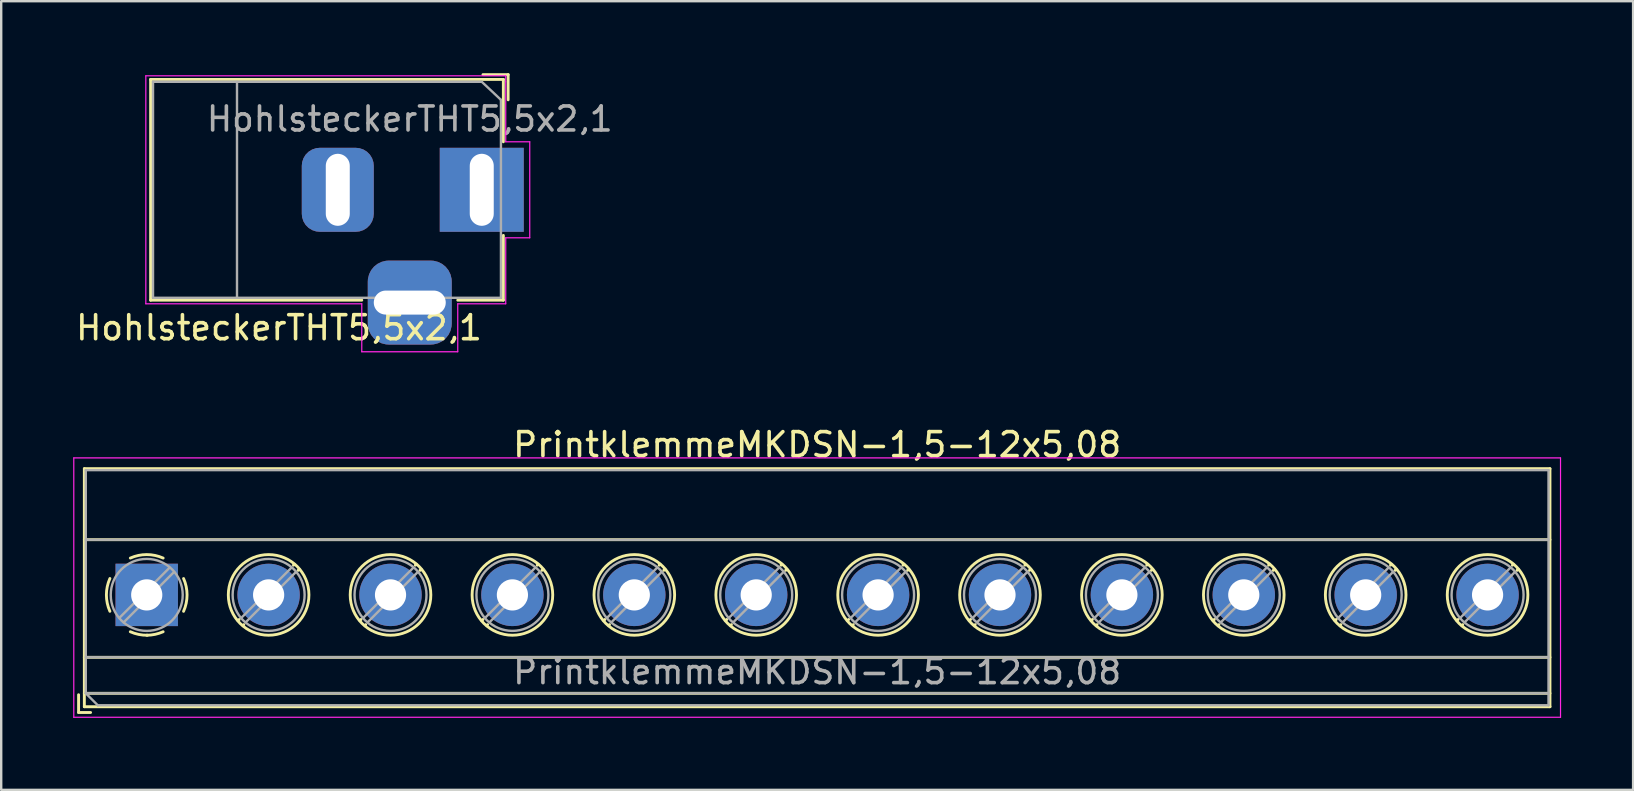
<source format=kicad_pcb>
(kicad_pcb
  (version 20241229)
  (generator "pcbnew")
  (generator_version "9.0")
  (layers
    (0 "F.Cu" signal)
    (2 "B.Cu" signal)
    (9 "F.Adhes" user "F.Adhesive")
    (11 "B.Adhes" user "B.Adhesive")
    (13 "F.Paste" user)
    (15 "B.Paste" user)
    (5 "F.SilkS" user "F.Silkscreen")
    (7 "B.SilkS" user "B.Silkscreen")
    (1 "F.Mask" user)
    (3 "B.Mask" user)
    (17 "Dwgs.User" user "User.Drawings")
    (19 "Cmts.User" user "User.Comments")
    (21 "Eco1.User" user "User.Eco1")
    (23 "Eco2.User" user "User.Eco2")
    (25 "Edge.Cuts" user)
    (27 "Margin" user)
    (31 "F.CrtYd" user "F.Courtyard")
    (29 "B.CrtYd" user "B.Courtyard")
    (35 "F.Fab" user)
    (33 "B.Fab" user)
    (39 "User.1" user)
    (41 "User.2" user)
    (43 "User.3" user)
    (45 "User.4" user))
  (footprint "PrintklemmeMKDSN-1,5-12x5,08"
    (layer "F.Cu")
    (at 3.065 21.743)
    (property "Reference" "PrintklemmeMKDSN-1,5-12x5,08" (at 27.94 -6.26 0) (layer "F.SilkS") (effects (font (size 1 1) (thickness 0.15))))
    (attr through_hole)
    (fp_line (start -2.84 4.16) (end -2.84 4.9) (stroke (width 0.12) (type solid)) (layer "F.SilkS"))
    (fp_line (start -2.84 4.9) (end -2.34 4.9) (stroke (width 0.12) (type solid)) (layer "F.SilkS"))
    (fp_line (start -2.6 -5.261) (end -2.6 4.66) (stroke (width 0.12) (type solid)) (layer "F.SilkS"))
    (fp_line (start -2.6 -5.261) (end 58.48 -5.261) (stroke (width 0.12) (type solid)) (layer "F.SilkS"))
    (fp_line (start -2.6 -2.301) (end 58.48 -2.301) (stroke (width 0.12) (type solid)) (layer "F.SilkS"))
    (fp_line (start -2.6 2.6) (end 58.48 2.6) (stroke (width 0.12) (type solid)) (layer "F.SilkS"))
    (fp_line (start -2.6 4.1) (end 58.48 4.1) (stroke (width 0.12) (type solid)) (layer "F.SilkS"))
    (fp_line (start -2.6 4.66) (end 58.48 4.66) (stroke (width 0.12) (type solid)) (layer "F.SilkS"))
    (fp_line (start 3.853 1.023) (end 3.806 1.069) (stroke (width 0.12) (type solid)) (layer "F.SilkS"))
    (fp_line (start 4.046 1.239) (end 4.011 1.274) (stroke (width 0.12) (type solid)) (layer "F.SilkS"))
    (fp_line (start 6.15 -1.275) (end 6.115 -1.239) (stroke (width 0.12) (type solid)) (layer "F.SilkS"))
    (fp_line (start 6.355 -1.069) (end 6.308 -1.023) (stroke (width 0.12) (type solid)) (layer "F.SilkS"))
    (fp_line (start 8.933 1.023) (end 8.886 1.069) (stroke (width 0.12) (type solid)) (layer "F.SilkS"))
    (fp_line (start 9.126 1.239) (end 9.091 1.274) (stroke (width 0.12) (type solid)) (layer "F.SilkS"))
    (fp_line (start 11.23 -1.275) (end 11.195 -1.239) (stroke (width 0.12) (type solid)) (layer "F.SilkS"))
    (fp_line (start 11.435 -1.069) (end 11.388 -1.023) (stroke (width 0.12) (type solid)) (layer "F.SilkS"))
    (fp_line (start 14.013 1.023) (end 13.966 1.069) (stroke (width 0.12) (type solid)) (layer "F.SilkS"))
    (fp_line (start 14.206 1.239) (end 14.171 1.274) (stroke (width 0.12) (type solid)) (layer "F.SilkS"))
    (fp_line (start 16.31 -1.275) (end 16.275 -1.239) (stroke (width 0.12) (type solid)) (layer "F.SilkS"))
    (fp_line (start 16.515 -1.069) (end 16.468 -1.023) (stroke (width 0.12) (type solid)) (layer "F.SilkS"))
    (fp_line (start 19.093 1.023) (end 19.046 1.069) (stroke (width 0.12) (type solid)) (layer "F.SilkS"))
    (fp_line (start 19.286 1.239) (end 19.251 1.274) (stroke (width 0.12) (type solid)) (layer "F.SilkS"))
    (fp_line (start 21.39 -1.275) (end 21.355 -1.239) (stroke (width 0.12) (type solid)) (layer "F.SilkS"))
    (fp_line (start 21.595 -1.069) (end 21.548 -1.023) (stroke (width 0.12) (type solid)) (layer "F.SilkS"))
    (fp_line (start 24.173 1.023) (end 24.126 1.069) (stroke (width 0.12) (type solid)) (layer "F.SilkS"))
    (fp_line (start 24.366 1.239) (end 24.331 1.274) (stroke (width 0.12) (type solid)) (layer "F.SilkS"))
    (fp_line (start 26.47 -1.275) (end 26.435 -1.239) (stroke (width 0.12) (type solid)) (layer "F.SilkS"))
    (fp_line (start 26.675 -1.069) (end 26.628 -1.023) (stroke (width 0.12) (type solid)) (layer "F.SilkS"))
    (fp_line (start 29.253 1.023) (end 29.206 1.069) (stroke (width 0.12) (type solid)) (layer "F.SilkS"))
    (fp_line (start 29.446 1.239) (end 29.411 1.274) (stroke (width 0.12) (type solid)) (layer "F.SilkS"))
    (fp_line (start 31.55 -1.275) (end 31.515 -1.239) (stroke (width 0.12) (type solid)) (layer "F.SilkS"))
    (fp_line (start 31.755 -1.069) (end 31.708 -1.023) (stroke (width 0.12) (type solid)) (layer "F.SilkS"))
    (fp_line (start 34.333 1.023) (end 34.286 1.069) (stroke (width 0.12) (type solid)) (layer "F.SilkS"))
    (fp_line (start 34.526 1.239) (end 34.491 1.274) (stroke (width 0.12) (type solid)) (layer "F.SilkS"))
    (fp_line (start 36.63 -1.275) (end 36.595 -1.239) (stroke (width 0.12) (type solid)) (layer "F.SilkS"))
    (fp_line (start 36.835 -1.069) (end 36.788 -1.023) (stroke (width 0.12) (type solid)) (layer "F.SilkS"))
    (fp_line (start 39.413 1.023) (end 39.366 1.069) (stroke (width 0.12) (type solid)) (layer "F.SilkS"))
    (fp_line (start 39.606 1.239) (end 39.571 1.274) (stroke (width 0.12) (type solid)) (layer "F.SilkS"))
    (fp_line (start 41.71 -1.275) (end 41.675 -1.239) (stroke (width 0.12) (type solid)) (layer "F.SilkS"))
    (fp_line (start 41.915 -1.069) (end 41.868 -1.023) (stroke (width 0.12) (type solid)) (layer "F.SilkS"))
    (fp_line (start 44.493 1.023) (end 44.446 1.069) (stroke (width 0.12) (type solid)) (layer "F.SilkS"))
    (fp_line (start 44.686 1.239) (end 44.651 1.274) (stroke (width 0.12) (type solid)) (layer "F.SilkS"))
    (fp_line (start 46.79 -1.275) (end 46.755 -1.239) (stroke (width 0.12) (type solid)) (layer "F.SilkS"))
    (fp_line (start 46.995 -1.069) (end 46.948 -1.023) (stroke (width 0.12) (type solid)) (layer "F.SilkS"))
    (fp_line (start 49.573 1.023) (end 49.526 1.069) (stroke (width 0.12) (type solid)) (layer "F.SilkS"))
    (fp_line (start 49.766 1.239) (end 49.731 1.274) (stroke (width 0.12) (type solid)) (layer "F.SilkS"))
    (fp_line (start 51.87 -1.275) (end 51.835 -1.239) (stroke (width 0.12) (type solid)) (layer "F.SilkS"))
    (fp_line (start 52.075 -1.069) (end 52.028 -1.023) (stroke (width 0.12) (type solid)) (layer "F.SilkS"))
    (fp_line (start 54.653 1.023) (end 54.606 1.069) (stroke (width 0.12) (type solid)) (layer "F.SilkS"))
    (fp_line (start 54.846 1.239) (end 54.811 1.274) (stroke (width 0.12) (type solid)) (layer "F.SilkS"))
    (fp_line (start 56.95 -1.275) (end 56.915 -1.239) (stroke (width 0.12) (type solid)) (layer "F.SilkS"))
    (fp_line (start 57.155 -1.069) (end 57.108 -1.023) (stroke (width 0.12) (type solid)) (layer "F.SilkS"))
    (fp_line (start 58.48 -5.261) (end 58.48 4.66) (stroke (width 0.12) (type solid)) (layer "F.SilkS"))
    (fp_arc (start -1.535427 0.683042) (mid -1.680501 -0.000524) (end -1.535 -0.684) (stroke (width 0.12) (type solid)) (layer "F.SilkS"))
    (fp_arc (start -0.683042 -1.535427) (mid 0.000524 -1.680501) (end 0.684 -1.535) (stroke (width 0.12) (type solid)) (layer "F.SilkS"))
    (fp_arc (start 0.028805 1.680253) (mid -0.335551 1.646659) (end -0.684 1.535) (stroke (width 0.12) (type solid)) (layer "F.SilkS"))
    (fp_arc (start 0.683318 1.534756) (mid 0.349292 1.643288) (end 0 1.68) (stroke (width 0.12) (type solid)) (layer "F.SilkS"))
    (fp_arc (start 1.535427 -0.683042) (mid 1.680501 0.000524) (end 1.535 0.684) (stroke (width 0.12) (type solid)) (layer "F.SilkS"))
    (fp_circle (center 5.08 0) (end 6.76 0) (stroke (width 0.12) (type solid)) (fill no) (layer "F.SilkS"))
    (fp_circle (center 10.16 0) (end 11.84 0) (stroke (width 0.12) (type solid)) (fill no) (layer "F.SilkS"))
    (fp_circle (center 15.24 0) (end 16.92 0) (stroke (width 0.12) (type solid)) (fill no) (layer "F.SilkS"))
    (fp_circle (center 20.32 0) (end 22 0) (stroke (width 0.12) (type solid)) (fill no) (layer "F.SilkS"))
    (fp_circle (center 25.4 0) (end 27.08 0) (stroke (width 0.12) (type solid)) (fill no) (layer "F.SilkS"))
    (fp_circle (center 30.48 0) (end 32.16 0) (stroke (width 0.12) (type solid)) (fill no) (layer "F.SilkS"))
    (fp_circle (center 35.56 0) (end 37.24 0) (stroke (width 0.12) (type solid)) (fill no) (layer "F.SilkS"))
    (fp_circle (center 40.64 0) (end 42.32 0) (stroke (width 0.12) (type solid)) (fill no) (layer "F.SilkS"))
    (fp_circle (center 45.72 0) (end 47.4 0) (stroke (width 0.12) (type solid)) (fill no) (layer "F.SilkS"))
    (fp_circle (center 50.8 0) (end 52.48 0) (stroke (width 0.12) (type solid)) (fill no) (layer "F.SilkS"))
    (fp_circle (center 55.88 0) (end 57.56 0) (stroke (width 0.12) (type solid)) (fill no) (layer "F.SilkS"))
    (fp_line (start -3.04 -5.71) (end -3.04 5.1) (stroke (width 0.05) (type solid)) (layer "F.CrtYd"))
    (fp_line (start -3.04 5.1) (end 58.92 5.1) (stroke (width 0.05) (type solid)) (layer "F.CrtYd"))
    (fp_line (start 58.92 -5.71) (end -3.04 -5.71) (stroke (width 0.05) (type solid)) (layer "F.CrtYd"))
    (fp_line (start 58.92 5.1) (end 58.92 -5.71) (stroke (width 0.05) (type solid)) (layer "F.CrtYd"))
    (fp_line (start -2.54 -5.2) (end 58.42 -5.2) (stroke (width 0.1) (type solid)) (layer "F.Fab"))
    (fp_line (start -2.54 -2.3) (end 58.42 -2.3) (stroke (width 0.1) (type solid)) (layer "F.Fab"))
    (fp_line (start -2.54 2.6) (end 58.42 2.6) (stroke (width 0.1) (type solid)) (layer "F.Fab"))
    (fp_line (start -2.54 4.1) (end -2.54 -5.2) (stroke (width 0.1) (type solid)) (layer "F.Fab"))
    (fp_line (start -2.54 4.1) (end 58.42 4.1) (stroke (width 0.1) (type solid)) (layer "F.Fab"))
    (fp_line (start -2.04 4.6) (end -2.54 4.1) (stroke (width 0.1) (type solid)) (layer "F.Fab"))
    (fp_line (start 0.955 -1.138) (end -1.138 0.955) (stroke (width 0.1) (type solid)) (layer "F.Fab"))
    (fp_line (start 1.138 -0.955) (end -0.955 1.138) (stroke (width 0.1) (type solid)) (layer "F.Fab"))
    (fp_line (start 6.035 -1.138) (end 3.943 0.955) (stroke (width 0.1) (type solid)) (layer "F.Fab"))
    (fp_line (start 6.218 -0.955) (end 4.126 1.138) (stroke (width 0.1) (type solid)) (layer "F.Fab"))
    (fp_line (start 11.115 -1.138) (end 9.023 0.955) (stroke (width 0.1) (type solid)) (layer "F.Fab"))
    (fp_line (start 11.298 -0.955) (end 9.206 1.138) (stroke (width 0.1) (type solid)) (layer "F.Fab"))
    (fp_line (start 16.195 -1.138) (end 14.103 0.955) (stroke (width 0.1) (type solid)) (layer "F.Fab"))
    (fp_line (start 16.378 -0.955) (end 14.286 1.138) (stroke (width 0.1) (type solid)) (layer "F.Fab"))
    (fp_line (start 21.275 -1.138) (end 19.183 0.955) (stroke (width 0.1) (type solid)) (layer "F.Fab"))
    (fp_line (start 21.458 -0.955) (end 19.366 1.138) (stroke (width 0.1) (type solid)) (layer "F.Fab"))
    (fp_line (start 26.355 -1.138) (end 24.263 0.955) (stroke (width 0.1) (type solid)) (layer "F.Fab"))
    (fp_line (start 26.538 -0.955) (end 24.446 1.138) (stroke (width 0.1) (type solid)) (layer "F.Fab"))
    (fp_line (start 31.435 -1.138) (end 29.343 0.955) (stroke (width 0.1) (type solid)) (layer "F.Fab"))
    (fp_line (start 31.618 -0.955) (end 29.526 1.138) (stroke (width 0.1) (type solid)) (layer "F.Fab"))
    (fp_line (start 36.515 -1.138) (end 34.423 0.955) (stroke (width 0.1) (type solid)) (layer "F.Fab"))
    (fp_line (start 36.698 -0.955) (end 34.606 1.138) (stroke (width 0.1) (type solid)) (layer "F.Fab"))
    (fp_line (start 41.595 -1.138) (end 39.503 0.955) (stroke (width 0.1) (type solid)) (layer "F.Fab"))
    (fp_line (start 41.778 -0.955) (end 39.686 1.138) (stroke (width 0.1) (type solid)) (layer "F.Fab"))
    (fp_line (start 46.675 -1.138) (end 44.583 0.955) (stroke (width 0.1) (type solid)) (layer "F.Fab"))
    (fp_line (start 46.858 -0.955) (end 44.766 1.138) (stroke (width 0.1) (type solid)) (layer "F.Fab"))
    (fp_line (start 51.755 -1.138) (end 49.663 0.955) (stroke (width 0.1) (type solid)) (layer "F.Fab"))
    (fp_line (start 51.938 -0.955) (end 49.846 1.138) (stroke (width 0.1) (type solid)) (layer "F.Fab"))
    (fp_line (start 56.835 -1.138) (end 54.743 0.955) (stroke (width 0.1) (type solid)) (layer "F.Fab"))
    (fp_line (start 57.018 -0.955) (end 54.926 1.138) (stroke (width 0.1) (type solid)) (layer "F.Fab"))
    (fp_line (start 58.42 -5.2) (end 58.42 4.6) (stroke (width 0.1) (type solid)) (layer "F.Fab"))
    (fp_line (start 58.42 4.6) (end -2.04 4.6) (stroke (width 0.1) (type solid)) (layer "F.Fab"))
    (fp_circle (center 0 0) (end 1.5 0) (stroke (width 0.1) (type solid)) (fill no) (layer "F.Fab"))
    (fp_circle (center 5.08 0) (end 6.58 0) (stroke (width 0.1) (type solid)) (fill no) (layer "F.Fab"))
    (fp_circle (center 10.16 0) (end 11.66 0) (stroke (width 0.1) (type solid)) (fill no) (layer "F.Fab"))
    (fp_circle (center 15.24 0) (end 16.74 0) (stroke (width 0.1) (type solid)) (fill no) (layer "F.Fab"))
    (fp_circle (center 20.32 0) (end 21.82 0) (stroke (width 0.1) (type solid)) (fill no) (layer "F.Fab"))
    (fp_circle (center 25.4 0) (end 26.9 0) (stroke (width 0.1) (type solid)) (fill no) (layer "F.Fab"))
    (fp_circle (center 30.48 0) (end 31.98 0) (stroke (width 0.1) (type solid)) (fill no) (layer "F.Fab"))
    (fp_circle (center 35.56 0) (end 37.06 0) (stroke (width 0.1) (type solid)) (fill no) (layer "F.Fab"))
    (fp_circle (center 40.64 0) (end 42.14 0) (stroke (width 0.1) (type solid)) (fill no) (layer "F.Fab"))
    (fp_circle (center 45.72 0) (end 47.22 0) (stroke (width 0.1) (type solid)) (fill no) (layer "F.Fab"))
    (fp_circle (center 50.8 0) (end 52.3 0) (stroke (width 0.1) (type solid)) (fill no) (layer "F.Fab"))
    (fp_circle (center 55.88 0) (end 57.38 0) (stroke (width 0.1) (type solid)) (fill no) (layer "F.Fab"))
    (fp_text user "${REFERENCE}" (at 27.94 3.2 0) (layer "F.Fab") (effects (font (size 1 1) (thickness 0.15))))
    (pad "1" thru_hole rect (at 0 0) (size 2.6 2.6) (drill 1.3) (layers "*.Cu" "*.Mask"))
    (pad "2" thru_hole circle (at 5.08 0) (size 2.6 2.6) (drill 1.3) (layers "*.Cu" "*.Mask"))
    (pad "3" thru_hole circle (at 10.16 0) (size 2.6 2.6) (drill 1.3) (layers "*.Cu" "*.Mask"))
    (pad "4" thru_hole circle (at 15.24 0) (size 2.6 2.6) (drill 1.3) (layers "*.Cu" "*.Mask"))
    (pad "5" thru_hole circle (at 20.32 0) (size 2.6 2.6) (drill 1.3) (layers "*.Cu" "*.Mask"))
    (pad "6" thru_hole circle (at 25.4 0) (size 2.6 2.6) (drill 1.3) (layers "*.Cu" "*.Mask"))
    (pad "7" thru_hole circle (at 30.48 0) (size 2.6 2.6) (drill 1.3) (layers "*.Cu" "*.Mask"))
    (pad "8" thru_hole circle (at 35.56 0) (size 2.6 2.6) (drill 1.3) (layers "*.Cu" "*.Mask"))
    (pad "9" thru_hole circle (at 40.64 0) (size 2.6 2.6) (drill 1.3) (layers "*.Cu" "*.Mask"))
    (pad "10" thru_hole circle (at 45.72 0) (size 2.6 2.6) (drill 1.3) (layers "*.Cu" "*.Mask"))
    (pad "11" thru_hole circle (at 50.8 0) (size 2.6 2.6) (drill 1.3) (layers "*.Cu" "*.Mask"))
    (pad "12" thru_hole circle (at 55.88 0) (size 2.6 2.6) (drill 1.3) (layers "*.Cu" "*.Mask")))
  (footprint "HohlsteckerTHT5,5x2,1"
    (layer "F.Cu")
    (at 17.027 4.86)
    (property "Reference" "HohlsteckerTHT5,5x2,1" (at -8.45 5.75 0) (layer "F.SilkS") (effects (font (size 1 1) (thickness 0.15))))
    (attr through_hole)
    (fp_line (start -13.8 -4.6) (end 0.9 -4.6) (stroke (width 0.12) (type solid)) (layer "F.SilkS"))
    (fp_line (start -13.8 4.6) (end -13.8 -4.6) (stroke (width 0.12) (type solid)) (layer "F.SilkS"))
    (fp_line (start -5 4.6) (end -13.8 4.6) (stroke (width 0.12) (type solid)) (layer "F.SilkS"))
    (fp_line (start 0.05 -4.8) (end 1.1 -4.8) (stroke (width 0.12) (type solid)) (layer "F.SilkS"))
    (fp_line (start 0.9 -4.6) (end 0.9 -2) (stroke (width 0.12) (type solid)) (layer "F.SilkS"))
    (fp_line (start 0.9 1.9) (end 0.9 4.6) (stroke (width 0.12) (type solid)) (layer "F.SilkS"))
    (fp_line (start 0.9 4.6) (end -1 4.6) (stroke (width 0.12) (type solid)) (layer "F.SilkS"))
    (fp_line (start 1.1 -3.75) (end 1.1 -4.8) (stroke (width 0.12) (type solid)) (layer "F.SilkS"))
    (fp_line (start -14 4.75) (end -14 -4.75) (stroke (width 0.05) (type solid)) (layer "F.CrtYd"))
    (fp_line (start -5 4.75) (end -14 4.75) (stroke (width 0.05) (type solid)) (layer "F.CrtYd"))
    (fp_line (start -5 6.75) (end -5 4.75) (stroke (width 0.05) (type solid)) (layer "F.CrtYd"))
    (fp_line (start -1 4.75) (end -1 6.75) (stroke (width 0.05) (type solid)) (layer "F.CrtYd"))
    (fp_line (start -1 6.75) (end -5 6.75) (stroke (width 0.05) (type solid)) (layer "F.CrtYd"))
    (fp_line (start 1 -4.75) (end -14 -4.75) (stroke (width 0.05) (type solid)) (layer "F.CrtYd"))
    (fp_line (start 1 -4.5) (end 1 -4.75) (stroke (width 0.05) (type solid)) (layer "F.CrtYd"))
    (fp_line (start 1 -4.5) (end 1 -2) (stroke (width 0.05) (type solid)) (layer "F.CrtYd"))
    (fp_line (start 1 -2) (end 2 -2) (stroke (width 0.05) (type solid)) (layer "F.CrtYd"))
    (fp_line (start 1 2) (end 1 4.75) (stroke (width 0.05) (type solid)) (layer "F.CrtYd"))
    (fp_line (start 1 4.75) (end -1 4.75) (stroke (width 0.05) (type solid)) (layer "F.CrtYd"))
    (fp_line (start 2 -2) (end 2 2) (stroke (width 0.05) (type solid)) (layer "F.CrtYd"))
    (fp_line (start 2 2) (end 1 2) (stroke (width 0.05) (type solid)) (layer "F.CrtYd"))
    (fp_line (start -13.7 -4.5) (end -13.7 4.5) (stroke (width 0.1) (type solid)) (layer "F.Fab"))
    (fp_line (start -13.7 4.5) (end 0.8 4.5) (stroke (width 0.1) (type solid)) (layer "F.Fab"))
    (fp_line (start -10.2 -4.5) (end -10.2 4.5) (stroke (width 0.1) (type solid)) (layer "F.Fab"))
    (fp_line (start -0.003 -4.505) (end 0.8 -3.75) (stroke (width 0.1) (type solid)) (layer "F.Fab"))
    (fp_line (start 0 -4.5) (end -13.7 -4.5) (stroke (width 0.1) (type solid)) (layer "F.Fab"))
    (fp_line (start 0.8 4.5) (end 0.8 -3.75) (stroke (width 0.1) (type solid)) (layer "F.Fab"))
    (fp_text user "${REFERENCE}" (at -3 -2.95 0) (layer "F.Fab") (effects (font (size 1 1) (thickness 0.15))))
    (pad "1" thru_hole rect (at 0 0) (size 3.5 3.5) (drill oval 1 3) (layers "*.Cu" "*.Mask"))
    (pad "2" thru_hole roundrect (at -6 0) (size 3 3.5) (drill oval 1 3) (layers "*.Cu" "*.Mask") (roundrect_rratio 0.25))
    (pad "3" thru_hole roundrect (at -3 4.7) (size 3.5 3.5) (drill oval 3 1) (layers "*.Cu" "*.Mask") (roundrect_rratio 0.25)))
  (gr_rect
    (start -3 -3)
    (end 65.01 29.868)
    (stroke (width 0.1) (type default))
    (fill no)
    (layer "Edge.Cuts")))
</source>
